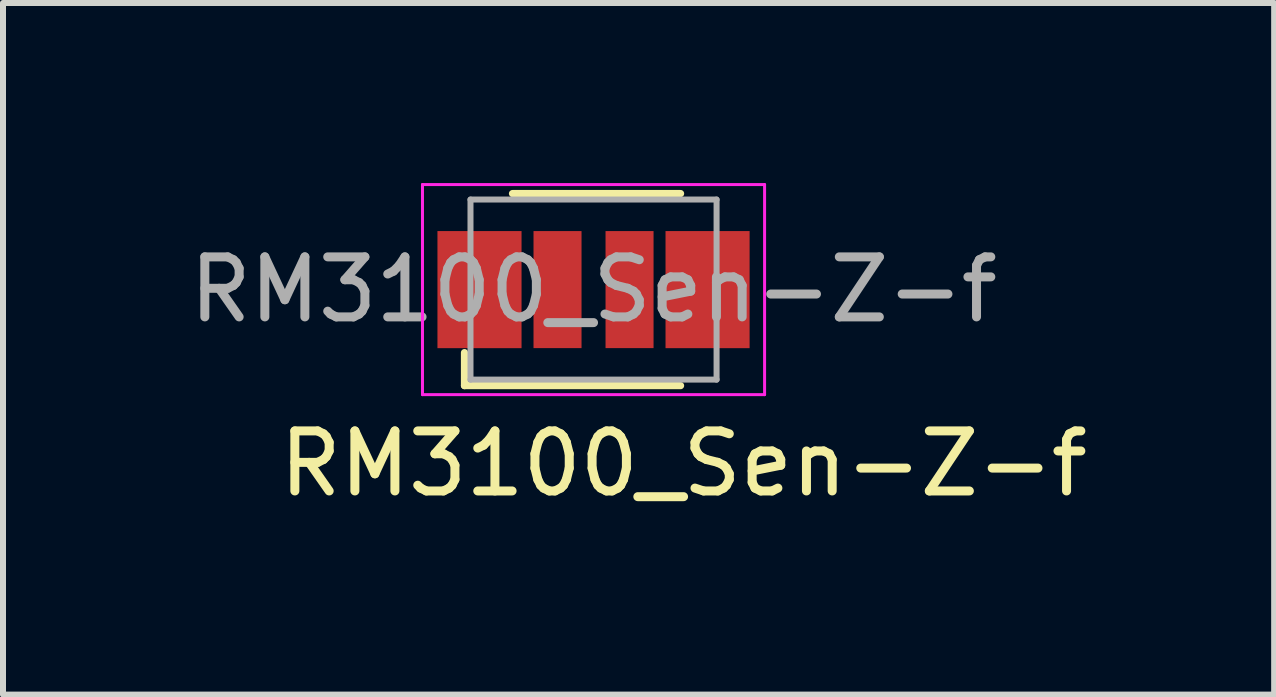
<source format=kicad_pcb>
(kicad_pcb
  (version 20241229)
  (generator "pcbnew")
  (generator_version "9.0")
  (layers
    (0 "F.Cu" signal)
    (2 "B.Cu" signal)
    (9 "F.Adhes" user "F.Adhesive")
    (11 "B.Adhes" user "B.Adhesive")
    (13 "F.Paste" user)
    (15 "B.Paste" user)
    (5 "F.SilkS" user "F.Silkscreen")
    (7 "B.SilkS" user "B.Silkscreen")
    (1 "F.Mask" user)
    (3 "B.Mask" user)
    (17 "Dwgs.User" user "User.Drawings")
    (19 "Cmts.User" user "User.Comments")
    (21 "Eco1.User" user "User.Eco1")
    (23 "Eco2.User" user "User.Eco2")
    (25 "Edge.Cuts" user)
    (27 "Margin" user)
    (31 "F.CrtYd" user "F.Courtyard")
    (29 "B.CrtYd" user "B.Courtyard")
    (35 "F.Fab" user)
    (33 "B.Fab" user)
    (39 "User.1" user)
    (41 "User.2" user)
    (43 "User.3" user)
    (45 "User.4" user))
  (footprint "RM3100_Sen-Z-f"
    (layer "F.Cu")
    (at 6.839 1.775)
    (property "Reference" "RM3100_Sen-Z-f" (at 1.5 2.9 180) (layer "F.SilkS") (effects (font (size 1 1) (thickness 0.15))))
    (attr through_hole)
    (fp_rect (start -2.6 -0.975) (end -1.2 0.975) (stroke (width 0.001) (type solid)) (fill yes) (layer "F.Cu"))
    (fp_rect (start 1.2 -0.975) (end 2.6 0.975) (stroke (width 0.001) (type solid)) (fill yes) (layer "F.Cu"))
    (fp_poly (pts (xy 0 1.1) (xy -2.725 1.1) (xy -2.725 -1.1) (xy 0 -1.1)) (stroke (width 0.001) (type solid)) (fill yes) (layer "F.Mask"))
    (fp_poly (pts (xy 2.725 1.1) (xy 0 1.1) (xy 0 -1.1) (xy 2.725 -1.1)) (stroke (width 0.001) (type solid)) (fill yes) (layer "F.Mask"))
    (fp_line (start -2.15 1.6) (end -2.15 1.05) (stroke (width 0.12) (type solid)) (layer "F.SilkS"))
    (fp_line (start 1.45 -1.6) (end -1.35 -1.6) (stroke (width 0.12) (type solid)) (layer "F.SilkS"))
    (fp_line (start 1.45 1.6) (end -2.15 1.6) (stroke (width 0.12) (type solid)) (layer "F.SilkS"))
    (fp_poly (pts (xy -1.95 0.875) (xy -2.35 0.875) (xy -2.35 0.125) (xy -1.95 0.125)) (stroke (width 0.1) (type solid)) (fill yes) (layer "F.Paste"))
    (fp_poly (pts (xy -1.95 -0.125) (xy -2.35 -0.125) (xy -2.35 -0.875) (xy -1.95 -0.875)) (stroke (width 0.1) (type solid)) (fill yes) (layer "F.Paste"))
    (fp_poly (pts (xy -1.3 -0.125) (xy -1.7 -0.125) (xy -1.7 -0.875) (xy -1.3 -0.875)) (stroke (width 0.1) (type solid)) (fill yes) (layer "F.Paste"))
    (fp_poly (pts (xy -1.3 0.875) (xy -1.7 0.875) (xy -1.7 0.125) (xy -1.3 0.125)) (stroke (width 0.1) (type solid)) (fill yes) (layer "F.Paste"))
    (fp_poly (pts (xy -0.3 -0.425) (xy -0.75 -0.425) (xy -0.75 -0.875) (xy -0.3 -0.875)) (stroke (width 0.1) (type solid)) (fill yes) (layer "F.Paste"))
    (fp_poly (pts (xy 0.75 -0.425) (xy 0.3 -0.425) (xy 0.3 -0.875) (xy 0.75 -0.875)) (stroke (width 0.1) (type solid)) (fill yes) (layer "F.Paste"))
    (fp_poly (pts (xy 1.7 -0.125) (xy 1.3 -0.125) (xy 1.3 -0.875) (xy 1.7 -0.875)) (stroke (width 0.1) (type solid)) (fill yes) (layer "F.Paste"))
    (fp_poly (pts (xy 1.7 0.875) (xy 1.3 0.875) (xy 1.3 0.125) (xy 1.7 0.125)) (stroke (width 0.1) (type solid)) (fill yes) (layer "F.Paste"))
    (fp_poly (pts (xy 2.35 0.875) (xy 1.95 0.875) (xy 1.95 0.125) (xy 2.35 0.125)) (stroke (width 0.1) (type solid)) (fill yes) (layer "F.Paste"))
    (fp_poly (pts (xy 2.35 -0.125) (xy 1.95 -0.125) (xy 1.95 -0.875) (xy 2.35 -0.875)) (stroke (width 0.1) (type solid)) (fill yes) (layer "F.Paste"))
    (fp_line (start -2.85 -1.75) (end -2.85 1.75) (stroke (width 0.05) (type solid)) (layer "F.CrtYd"))
    (fp_line (start 2.85 -1.75) (end -2.85 -1.75) (stroke (width 0.05) (type solid)) (layer "F.CrtYd"))
    (fp_line (start 2.85 -1.75) (end 2.85 1.75) (stroke (width 0.05) (type solid)) (layer "F.CrtYd"))
    (fp_line (start 2.85 1.75) (end -2.85 1.75) (stroke (width 0.05) (type solid)) (layer "F.CrtYd"))
    (fp_line (start -2.05 1.5) (end -2.05 -1.5) (stroke (width 0.1) (type solid)) (layer "F.Fab"))
    (fp_line (start 2.05 -1.5) (end -2.05 -1.5) (stroke (width 0.1) (type solid)) (layer "F.Fab"))
    (fp_line (start 2.05 1.5) (end -2.05 1.5) (stroke (width 0.1) (type solid)) (layer "F.Fab"))
    (fp_line (start 2.05 1.5) (end 2.05 -1.5) (stroke (width 0.1) (type solid)) (layer "F.Fab"))
    (fp_text user "${REFERENCE}" (at 0 0 180) (layer "F.Fab") (effects (font (size 1 1) (thickness 0.15))))
    (pad "1" smd rect (at -0.6 0) (size 0.8 1.95) (layers "F.Cu" "F.Mask"))
    (pad "2" smd rect (at 0.6 0) (size 0.8 1.95) (layers "F.Cu" "F.Mask")))
  (gr_rect
    (start -3 -3)
    (end 18.179 8.523)
    (stroke (width 0.1) (type default))
    (fill no)
    (layer "Edge.Cuts")))
</source>
